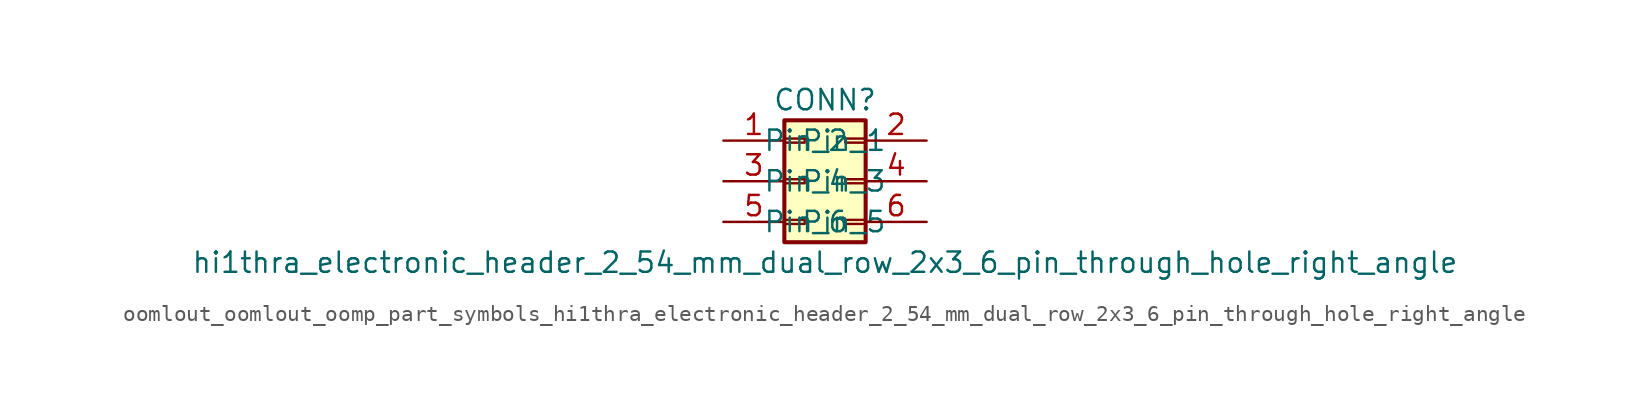
<source format=kicad_sym>
(kicad_symbol_lib
  (version 20220914)
  (generator kicad_symbol_editor)
  (symbol "oomlout_oomlout_oomp_part_symbols_hi1thra_electronic_header_2_54_mm_dual_row_2x3_6_pin_through_hole_right_angle"
    (pin_names
      (offset 1.016))
    (property "Reference" "CONN"
      (at 1.27 5.08 0)
      (effects (font (size 1.27 1.27))))
    (property "Value" "hi1thra_electronic_header_2_54_mm_dual_row_2x3_6_pin_through_hole_right_angle"
      (at 1.27 -5.08 0)
      (effects (font (size 1.27 1.27))))
    (symbol "oomlout_oomlout_oomp_part_symbols_hi1thra_electronic_header_2_54_mm_dual_row_2x3_6_pin_through_hole_right_angle_1_1"
      (rectangle (start -1.27 -2.413) (end 0 -2.667) (stroke (width 0.152) (type default)) (fill (type none)))
      (rectangle (start -1.27 0.127) (end 0 -0.127) (stroke (width 0.152) (type default)) (fill (type none)))
      (rectangle (start -1.27 2.667) (end 0 2.413) (stroke (width 0.152) (type default)) (fill (type none)))
      (rectangle (start -1.27 3.81) (end 3.81 -3.81) (stroke (width 0.254) (type default)) (fill (type background)))
      (rectangle (start 3.81 -2.413) (end 2.54 -2.667) (stroke (width 0.152) (type default)) (fill (type none)))
      (rectangle (start 3.81 0.127) (end 2.54 -0.127) (stroke (width 0.152) (type default)) (fill (type none)))
      (rectangle (start 3.81 2.667) (end 2.54 2.413) (stroke (width 0.152) (type default)) (fill (type none)))
      (pin passive line (at -5.08 2.54 0) (length 3.81) (name "Pin_1" (effects (font (size 1.27 1.27)))) (number "1" (effects (font (size 1.27 1.27)))))
      (pin passive line (at 7.62 2.54 180) (length 3.81) (name "Pin_2" (effects (font (size 1.27 1.27)))) (number "2" (effects (font (size 1.27 1.27)))))
      (pin passive line (at -5.08 0 0) (length 3.81) (name "Pin_3" (effects (font (size 1.27 1.27)))) (number "3" (effects (font (size 1.27 1.27)))))
      (pin passive line (at 7.62 0 180) (length 3.81) (name "Pin_4" (effects (font (size 1.27 1.27)))) (number "4" (effects (font (size 1.27 1.27)))))
      (pin passive line (at -5.08 -2.54 0) (length 3.81) (name "Pin_5" (effects (font (size 1.27 1.27)))) (number "5" (effects (font (size 1.27 1.27)))))
      (pin passive line (at 7.62 -2.54 180) (length 3.81) (name "Pin_6" (effects (font (size 1.27 1.27)))) (number "6" (effects (font (size 1.27 1.27))))))))
</source>
